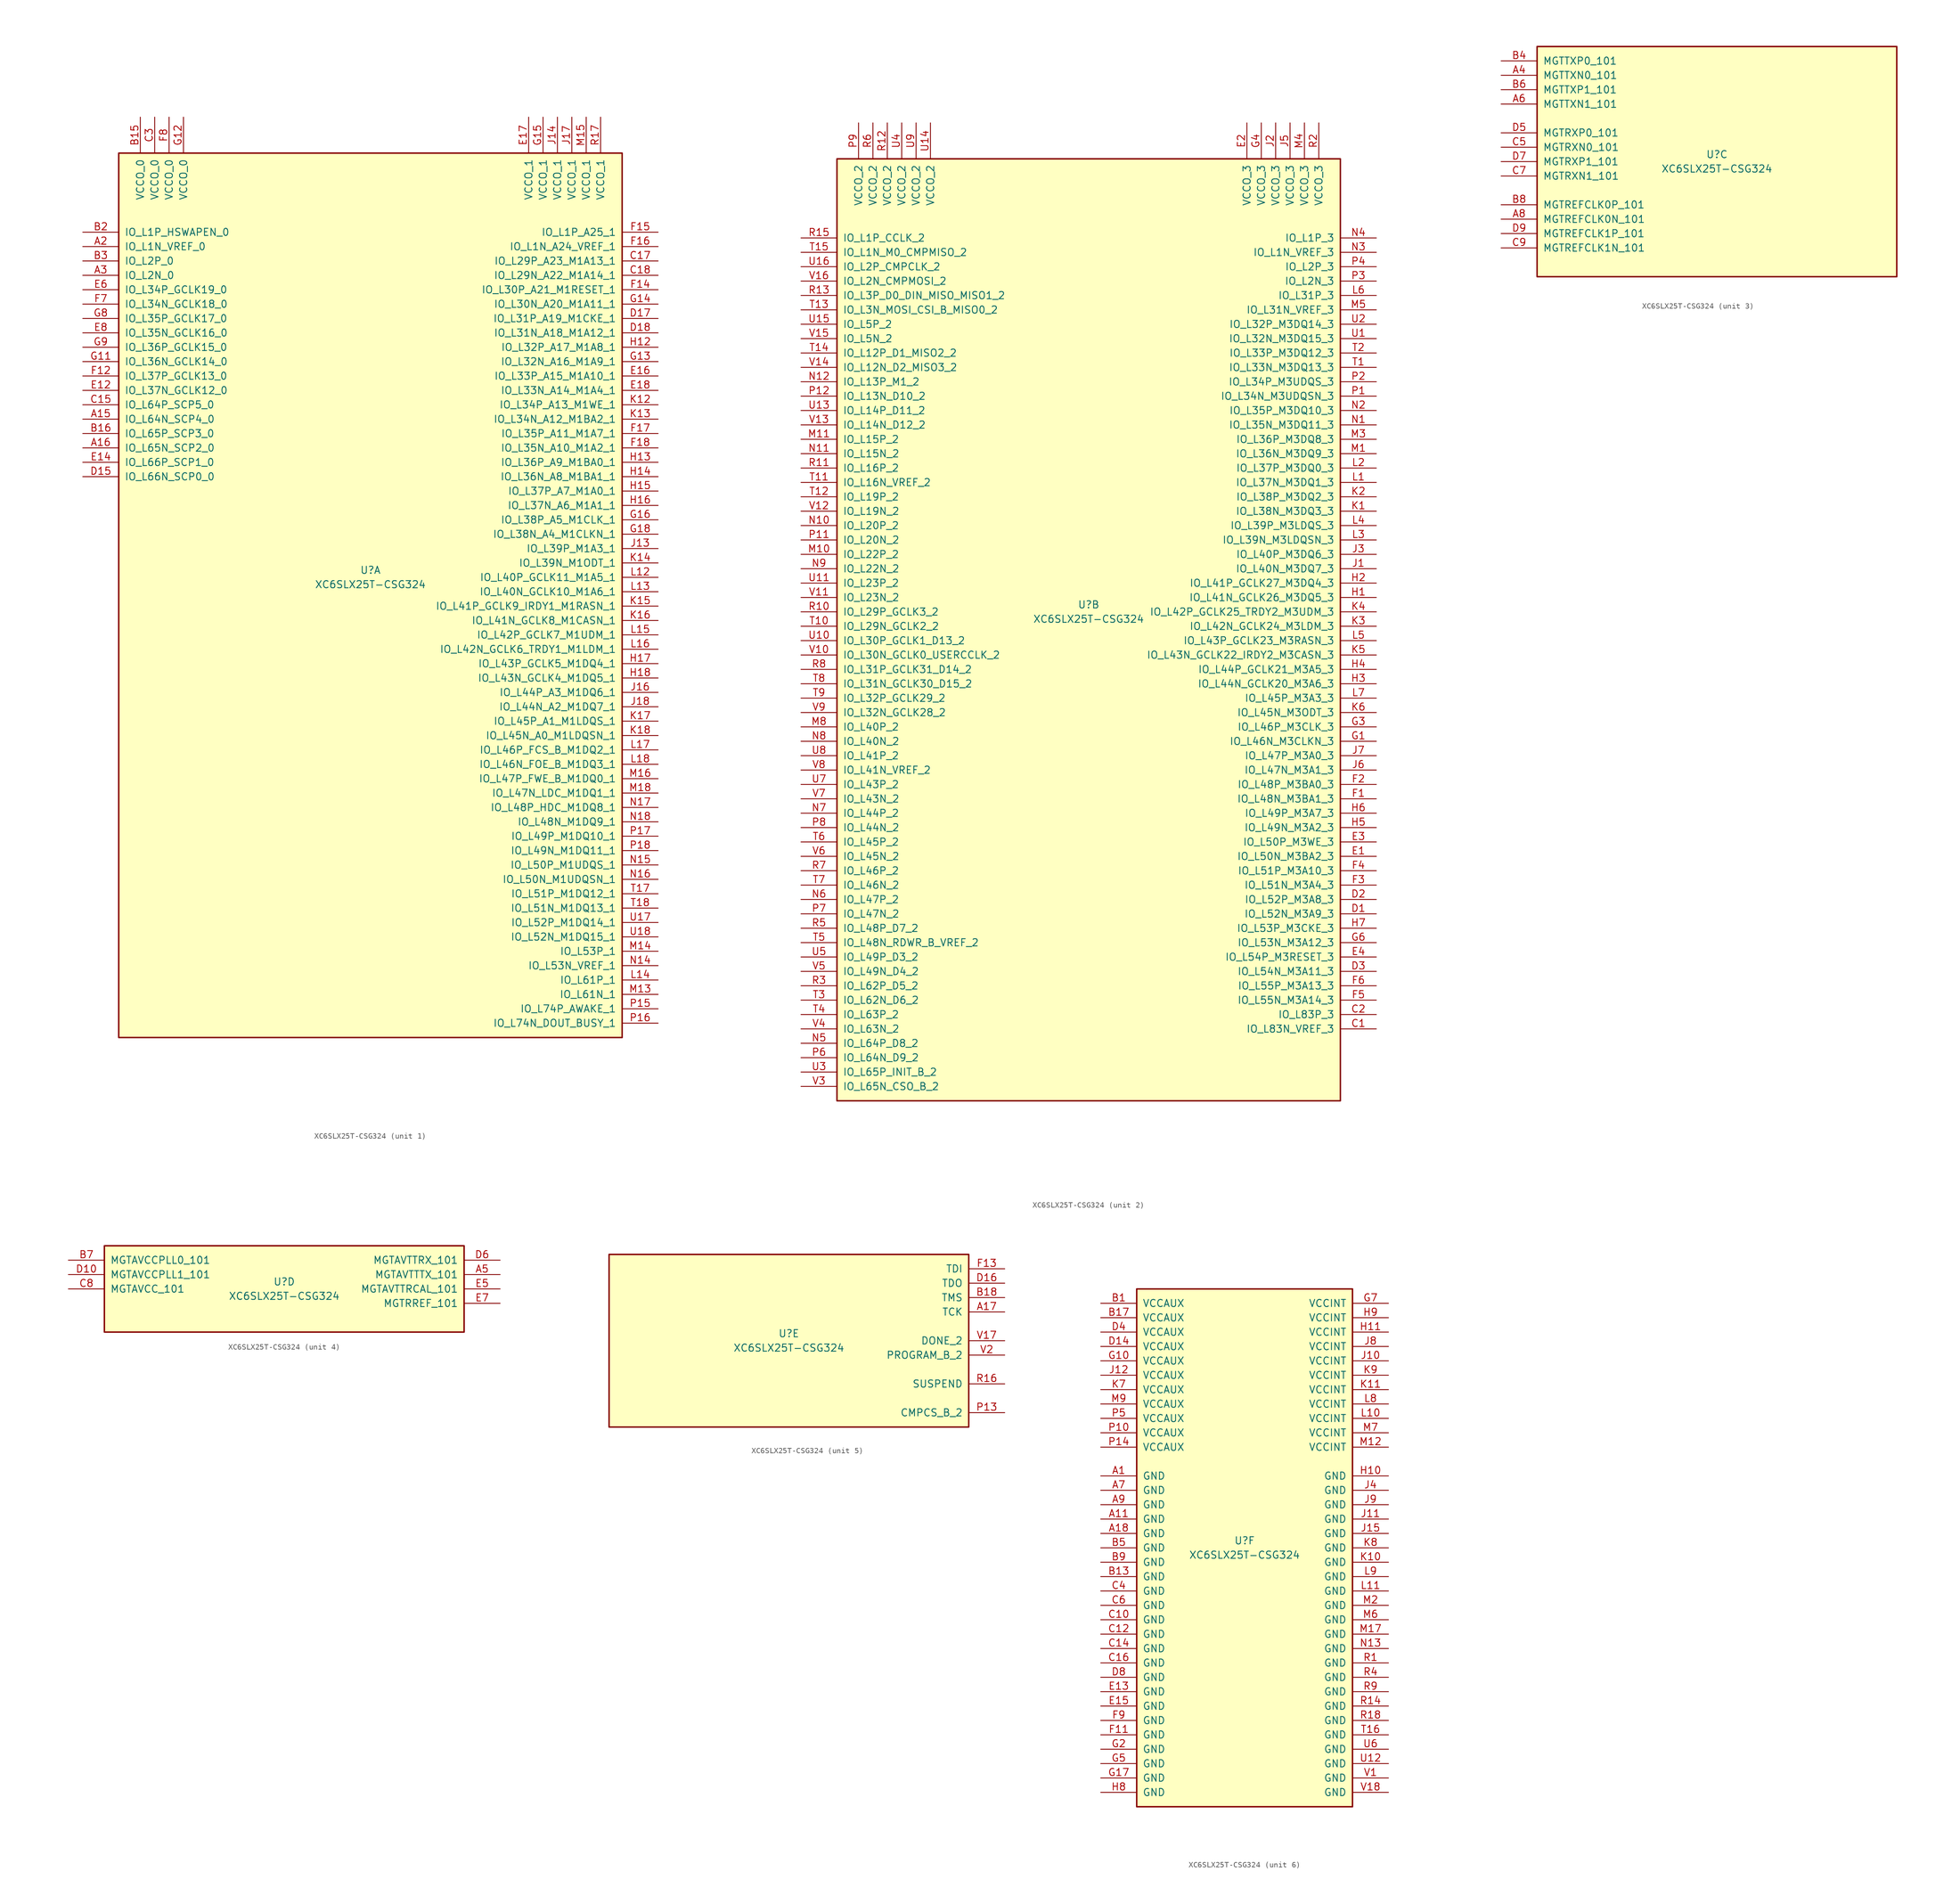
<source format=kicad_sym>
(kicad_symbol_lib
  (version 20220914)
  (generator kicad_symbol_editor)
  (symbol "XC6SLX25T-CSG324"
    (pin_names
      (offset 1.016))
    (property "Reference" "U"
      (at 0 1.27 0)
      (effects (font (size 1.27 1.27))))
    (property "Value" "XC6SLX25T-CSG324"
      (at 0 -1.27 0)
      (effects (font (size 1.27 1.27))))
    (property "Datasheet" ""
      (at 0 0 0)
      (effects (font (size 1.27 1.27))))
    (property "ki_locked" ""
      (at 0 0 0)
      (effects (font (size 1.27 1.27))))
    (symbol "XC6SLX25T-CSG324_1_1"
      (rectangle (start -44.45 74.93) (end 44.45 -81.28) (stroke (width 0.254) (type default)) (fill (type background)))
      (pin bidirectional line (at -50.8 27.94 0) (length 6.35) (name "IO_L64N_SCP4_0" (effects (font (size 1.27 1.27)))) (number "A15" (effects (font (size 1.27 1.27)))))
      (pin bidirectional line (at -50.8 22.86 0) (length 6.35) (name "IO_L65N_SCP2_0" (effects (font (size 1.27 1.27)))) (number "A16" (effects (font (size 1.27 1.27)))))
      (pin bidirectional line (at -50.8 58.42 0) (length 6.35) (name "IO_L1N_VREF_0" (effects (font (size 1.27 1.27)))) (number "A2" (effects (font (size 1.27 1.27)))))
      (pin bidirectional line (at -50.8 53.34 0) (length 6.35) (name "IO_L2N_0" (effects (font (size 1.27 1.27)))) (number "A3" (effects (font (size 1.27 1.27)))))
      (pin power_in line (at -40.64 81.28 270) (length 6.35) (name "VCCO_0" (effects (font (size 1.27 1.27)))) (number "B15" (effects (font (size 1.27 1.27)))))
      (pin bidirectional line (at -50.8 25.4 0) (length 6.35) (name "IO_L65P_SCP3_0" (effects (font (size 1.27 1.27)))) (number "B16" (effects (font (size 1.27 1.27)))))
      (pin bidirectional line (at -50.8 60.96 0) (length 6.35) (name "IO_L1P_HSWAPEN_0" (effects (font (size 1.27 1.27)))) (number "B2" (effects (font (size 1.27 1.27)))))
      (pin bidirectional line (at -50.8 55.88 0) (length 6.35) (name "IO_L2P_0" (effects (font (size 1.27 1.27)))) (number "B3" (effects (font (size 1.27 1.27)))))
      (pin bidirectional line (at -50.8 30.48 0) (length 6.35) (name "IO_L64P_SCP5_0" (effects (font (size 1.27 1.27)))) (number "C15" (effects (font (size 1.27 1.27)))))
      (pin bidirectional line (at 50.8 55.88 180) (length 6.35) (name "IO_L29P_A23_M1A13_1" (effects (font (size 1.27 1.27)))) (number "C17" (effects (font (size 1.27 1.27)))))
      (pin bidirectional line (at 50.8 53.34 180) (length 6.35) (name "IO_L29N_A22_M1A14_1" (effects (font (size 1.27 1.27)))) (number "C18" (effects (font (size 1.27 1.27)))))
      (pin power_in line (at -38.1 81.28 270) (length 6.35) (name "VCCO_0" (effects (font (size 1.27 1.27)))) (number "C3" (effects (font (size 1.27 1.27)))))
      (pin bidirectional line (at -50.8 17.78 0) (length 6.35) (name "IO_L66N_SCP0_0" (effects (font (size 1.27 1.27)))) (number "D15" (effects (font (size 1.27 1.27)))))
      (pin bidirectional line (at 50.8 45.72 180) (length 6.35) (name "IO_L31P_A19_M1CKE_1" (effects (font (size 1.27 1.27)))) (number "D17" (effects (font (size 1.27 1.27)))))
      (pin bidirectional line (at 50.8 43.18 180) (length 6.35) (name "IO_L31N_A18_M1A12_1" (effects (font (size 1.27 1.27)))) (number "D18" (effects (font (size 1.27 1.27)))))
      (pin bidirectional line (at -50.8 33.02 0) (length 6.35) (name "IO_L37N_GCLK12_0" (effects (font (size 1.27 1.27)))) (number "E12" (effects (font (size 1.27 1.27)))))
      (pin bidirectional line (at -50.8 20.32 0) (length 6.35) (name "IO_L66P_SCP1_0" (effects (font (size 1.27 1.27)))) (number "E14" (effects (font (size 1.27 1.27)))))
      (pin bidirectional line (at 50.8 35.56 180) (length 6.35) (name "IO_L33P_A15_M1A10_1" (effects (font (size 1.27 1.27)))) (number "E16" (effects (font (size 1.27 1.27)))))
      (pin power_in line (at 27.94 81.28 270) (length 6.35) (name "VCCO_1" (effects (font (size 1.27 1.27)))) (number "E17" (effects (font (size 1.27 1.27)))))
      (pin bidirectional line (at 50.8 33.02 180) (length 6.35) (name "IO_L33N_A14_M1A4_1" (effects (font (size 1.27 1.27)))) (number "E18" (effects (font (size 1.27 1.27)))))
      (pin bidirectional line (at -50.8 50.8 0) (length 6.35) (name "IO_L34P_GCLK19_0" (effects (font (size 1.27 1.27)))) (number "E6" (effects (font (size 1.27 1.27)))))
      (pin bidirectional line (at -50.8 43.18 0) (length 6.35) (name "IO_L35N_GCLK16_0" (effects (font (size 1.27 1.27)))) (number "E8" (effects (font (size 1.27 1.27)))))
      (pin bidirectional line (at -50.8 35.56 0) (length 6.35) (name "IO_L37P_GCLK13_0" (effects (font (size 1.27 1.27)))) (number "F12" (effects (font (size 1.27 1.27)))))
      (pin bidirectional line (at 50.8 50.8 180) (length 6.35) (name "IO_L30P_A21_M1RESET_1" (effects (font (size 1.27 1.27)))) (number "F14" (effects (font (size 1.27 1.27)))))
      (pin bidirectional line (at 50.8 60.96 180) (length 6.35) (name "IO_L1P_A25_1" (effects (font (size 1.27 1.27)))) (number "F15" (effects (font (size 1.27 1.27)))))
      (pin bidirectional line (at 50.8 58.42 180) (length 6.35) (name "IO_L1N_A24_VREF_1" (effects (font (size 1.27 1.27)))) (number "F16" (effects (font (size 1.27 1.27)))))
      (pin bidirectional line (at 50.8 25.4 180) (length 6.35) (name "IO_L35P_A11_M1A7_1" (effects (font (size 1.27 1.27)))) (number "F17" (effects (font (size 1.27 1.27)))))
      (pin bidirectional line (at 50.8 22.86 180) (length 6.35) (name "IO_L35N_A10_M1A2_1" (effects (font (size 1.27 1.27)))) (number "F18" (effects (font (size 1.27 1.27)))))
      (pin bidirectional line (at -50.8 48.26 0) (length 6.35) (name "IO_L34N_GCLK18_0" (effects (font (size 1.27 1.27)))) (number "F7" (effects (font (size 1.27 1.27)))))
      (pin power_in line (at -35.56 81.28 270) (length 6.35) (name "VCCO_0" (effects (font (size 1.27 1.27)))) (number "F8" (effects (font (size 1.27 1.27)))))
      (pin bidirectional line (at -50.8 38.1 0) (length 6.35) (name "IO_L36N_GCLK14_0" (effects (font (size 1.27 1.27)))) (number "G11" (effects (font (size 1.27 1.27)))))
      (pin power_in line (at -33.02 81.28 270) (length 6.35) (name "VCCO_0" (effects (font (size 1.27 1.27)))) (number "G12" (effects (font (size 1.27 1.27)))))
      (pin bidirectional line (at 50.8 38.1 180) (length 6.35) (name "IO_L32N_A16_M1A9_1" (effects (font (size 1.27 1.27)))) (number "G13" (effects (font (size 1.27 1.27)))))
      (pin bidirectional line (at 50.8 48.26 180) (length 6.35) (name "IO_L30N_A20_M1A11_1" (effects (font (size 1.27 1.27)))) (number "G14" (effects (font (size 1.27 1.27)))))
      (pin power_in line (at 30.48 81.28 270) (length 6.35) (name "VCCO_1" (effects (font (size 1.27 1.27)))) (number "G15" (effects (font (size 1.27 1.27)))))
      (pin bidirectional line (at 50.8 10.16 180) (length 6.35) (name "IO_L38P_A5_M1CLK_1" (effects (font (size 1.27 1.27)))) (number "G16" (effects (font (size 1.27 1.27)))))
      (pin bidirectional line (at 50.8 7.62 180) (length 6.35) (name "IO_L38N_A4_M1CLKN_1" (effects (font (size 1.27 1.27)))) (number "G18" (effects (font (size 1.27 1.27)))))
      (pin bidirectional line (at -50.8 45.72 0) (length 6.35) (name "IO_L35P_GCLK17_0" (effects (font (size 1.27 1.27)))) (number "G8" (effects (font (size 1.27 1.27)))))
      (pin bidirectional line (at -50.8 40.64 0) (length 6.35) (name "IO_L36P_GCLK15_0" (effects (font (size 1.27 1.27)))) (number "G9" (effects (font (size 1.27 1.27)))))
      (pin bidirectional line (at 50.8 40.64 180) (length 6.35) (name "IO_L32P_A17_M1A8_1" (effects (font (size 1.27 1.27)))) (number "H12" (effects (font (size 1.27 1.27)))))
      (pin bidirectional line (at 50.8 20.32 180) (length 6.35) (name "IO_L36P_A9_M1BA0_1" (effects (font (size 1.27 1.27)))) (number "H13" (effects (font (size 1.27 1.27)))))
      (pin bidirectional line (at 50.8 17.78 180) (length 6.35) (name "IO_L36N_A8_M1BA1_1" (effects (font (size 1.27 1.27)))) (number "H14" (effects (font (size 1.27 1.27)))))
      (pin bidirectional line (at 50.8 15.24 180) (length 6.35) (name "IO_L37P_A7_M1A0_1" (effects (font (size 1.27 1.27)))) (number "H15" (effects (font (size 1.27 1.27)))))
      (pin bidirectional line (at 50.8 12.7 180) (length 6.35) (name "IO_L37N_A6_M1A1_1" (effects (font (size 1.27 1.27)))) (number "H16" (effects (font (size 1.27 1.27)))))
      (pin bidirectional line (at 50.8 -15.24 180) (length 6.35) (name "IO_L43P_GCLK5_M1DQ4_1" (effects (font (size 1.27 1.27)))) (number "H17" (effects (font (size 1.27 1.27)))))
      (pin bidirectional line (at 50.8 -17.78 180) (length 6.35) (name "IO_L43N_GCLK4_M1DQ5_1" (effects (font (size 1.27 1.27)))) (number "H18" (effects (font (size 1.27 1.27)))))
      (pin bidirectional line (at 50.8 5.08 180) (length 6.35) (name "IO_L39P_M1A3_1" (effects (font (size 1.27 1.27)))) (number "J13" (effects (font (size 1.27 1.27)))))
      (pin power_in line (at 33.02 81.28 270) (length 6.35) (name "VCCO_1" (effects (font (size 1.27 1.27)))) (number "J14" (effects (font (size 1.27 1.27)))))
      (pin bidirectional line (at 50.8 -20.32 180) (length 6.35) (name "IO_L44P_A3_M1DQ6_1" (effects (font (size 1.27 1.27)))) (number "J16" (effects (font (size 1.27 1.27)))))
      (pin power_in line (at 35.56 81.28 270) (length 6.35) (name "VCCO_1" (effects (font (size 1.27 1.27)))) (number "J17" (effects (font (size 1.27 1.27)))))
      (pin bidirectional line (at 50.8 -22.86 180) (length 6.35) (name "IO_L44N_A2_M1DQ7_1" (effects (font (size 1.27 1.27)))) (number "J18" (effects (font (size 1.27 1.27)))))
      (pin bidirectional line (at 50.8 30.48 180) (length 6.35) (name "IO_L34P_A13_M1WE_1" (effects (font (size 1.27 1.27)))) (number "K12" (effects (font (size 1.27 1.27)))))
      (pin bidirectional line (at 50.8 27.94 180) (length 6.35) (name "IO_L34N_A12_M1BA2_1" (effects (font (size 1.27 1.27)))) (number "K13" (effects (font (size 1.27 1.27)))))
      (pin bidirectional line (at 50.8 2.54 180) (length 6.35) (name "IO_L39N_M1ODT_1" (effects (font (size 1.27 1.27)))) (number "K14" (effects (font (size 1.27 1.27)))))
      (pin bidirectional line (at 50.8 -5.08 180) (length 6.35) (name "IO_L41P_GCLK9_IRDY1_M1RASN_1" (effects (font (size 1.27 1.27)))) (number "K15" (effects (font (size 1.27 1.27)))))
      (pin bidirectional line (at 50.8 -7.62 180) (length 6.35) (name "IO_L41N_GCLK8_M1CASN_1" (effects (font (size 1.27 1.27)))) (number "K16" (effects (font (size 1.27 1.27)))))
      (pin bidirectional line (at 50.8 -25.4 180) (length 6.35) (name "IO_L45P_A1_M1LDQS_1" (effects (font (size 1.27 1.27)))) (number "K17" (effects (font (size 1.27 1.27)))))
      (pin bidirectional line (at 50.8 -27.94 180) (length 6.35) (name "IO_L45N_A0_M1LDQSN_1" (effects (font (size 1.27 1.27)))) (number "K18" (effects (font (size 1.27 1.27)))))
      (pin bidirectional line (at 50.8 0 180) (length 6.35) (name "IO_L40P_GCLK11_M1A5_1" (effects (font (size 1.27 1.27)))) (number "L12" (effects (font (size 1.27 1.27)))))
      (pin bidirectional line (at 50.8 -2.54 180) (length 6.35) (name "IO_L40N_GCLK10_M1A6_1" (effects (font (size 1.27 1.27)))) (number "L13" (effects (font (size 1.27 1.27)))))
      (pin bidirectional line (at 50.8 -71.12 180) (length 6.35) (name "IO_L61P_1" (effects (font (size 1.27 1.27)))) (number "L14" (effects (font (size 1.27 1.27)))))
      (pin bidirectional line (at 50.8 -10.16 180) (length 6.35) (name "IO_L42P_GCLK7_M1UDM_1" (effects (font (size 1.27 1.27)))) (number "L15" (effects (font (size 1.27 1.27)))))
      (pin bidirectional line (at 50.8 -12.7 180) (length 6.35) (name "IO_L42N_GCLK6_TRDY1_M1LDM_1" (effects (font (size 1.27 1.27)))) (number "L16" (effects (font (size 1.27 1.27)))))
      (pin bidirectional line (at 50.8 -30.48 180) (length 6.35) (name "IO_L46P_FCS_B_M1DQ2_1" (effects (font (size 1.27 1.27)))) (number "L17" (effects (font (size 1.27 1.27)))))
      (pin bidirectional line (at 50.8 -33.02 180) (length 6.35) (name "IO_L46N_FOE_B_M1DQ3_1" (effects (font (size 1.27 1.27)))) (number "L18" (effects (font (size 1.27 1.27)))))
      (pin bidirectional line (at 50.8 -73.66 180) (length 6.35) (name "IO_L61N_1" (effects (font (size 1.27 1.27)))) (number "M13" (effects (font (size 1.27 1.27)))))
      (pin bidirectional line (at 50.8 -66.04 180) (length 6.35) (name "IO_L53P_1" (effects (font (size 1.27 1.27)))) (number "M14" (effects (font (size 1.27 1.27)))))
      (pin power_in line (at 38.1 81.28 270) (length 6.35) (name "VCCO_1" (effects (font (size 1.27 1.27)))) (number "M15" (effects (font (size 1.27 1.27)))))
      (pin bidirectional line (at 50.8 -35.56 180) (length 6.35) (name "IO_L47P_FWE_B_M1DQ0_1" (effects (font (size 1.27 1.27)))) (number "M16" (effects (font (size 1.27 1.27)))))
      (pin bidirectional line (at 50.8 -38.1 180) (length 6.35) (name "IO_L47N_LDC_M1DQ1_1" (effects (font (size 1.27 1.27)))) (number "M18" (effects (font (size 1.27 1.27)))))
      (pin bidirectional line (at 50.8 -68.58 180) (length 6.35) (name "IO_L53N_VREF_1" (effects (font (size 1.27 1.27)))) (number "N14" (effects (font (size 1.27 1.27)))))
      (pin bidirectional line (at 50.8 -50.8 180) (length 6.35) (name "IO_L50P_M1UDQS_1" (effects (font (size 1.27 1.27)))) (number "N15" (effects (font (size 1.27 1.27)))))
      (pin bidirectional line (at 50.8 -53.34 180) (length 6.35) (name "IO_L50N_M1UDQSN_1" (effects (font (size 1.27 1.27)))) (number "N16" (effects (font (size 1.27 1.27)))))
      (pin bidirectional line (at 50.8 -40.64 180) (length 6.35) (name "IO_L48P_HDC_M1DQ8_1" (effects (font (size 1.27 1.27)))) (number "N17" (effects (font (size 1.27 1.27)))))
      (pin bidirectional line (at 50.8 -43.18 180) (length 6.35) (name "IO_L48N_M1DQ9_1" (effects (font (size 1.27 1.27)))) (number "N18" (effects (font (size 1.27 1.27)))))
      (pin bidirectional line (at 50.8 -76.2 180) (length 6.35) (name "IO_L74P_AWAKE_1" (effects (font (size 1.27 1.27)))) (number "P15" (effects (font (size 1.27 1.27)))))
      (pin bidirectional line (at 50.8 -78.74 180) (length 6.35) (name "IO_L74N_DOUT_BUSY_1" (effects (font (size 1.27 1.27)))) (number "P16" (effects (font (size 1.27 1.27)))))
      (pin bidirectional line (at 50.8 -45.72 180) (length 6.35) (name "IO_L49P_M1DQ10_1" (effects (font (size 1.27 1.27)))) (number "P17" (effects (font (size 1.27 1.27)))))
      (pin bidirectional line (at 50.8 -48.26 180) (length 6.35) (name "IO_L49N_M1DQ11_1" (effects (font (size 1.27 1.27)))) (number "P18" (effects (font (size 1.27 1.27)))))
      (pin power_in line (at 40.64 81.28 270) (length 6.35) (name "VCCO_1" (effects (font (size 1.27 1.27)))) (number "R17" (effects (font (size 1.27 1.27)))))
      (pin bidirectional line (at 50.8 -55.88 180) (length 6.35) (name "IO_L51P_M1DQ12_1" (effects (font (size 1.27 1.27)))) (number "T17" (effects (font (size 1.27 1.27)))))
      (pin bidirectional line (at 50.8 -58.42 180) (length 6.35) (name "IO_L51N_M1DQ13_1" (effects (font (size 1.27 1.27)))) (number "T18" (effects (font (size 1.27 1.27)))))
      (pin bidirectional line (at 50.8 -60.96 180) (length 6.35) (name "IO_L52P_M1DQ14_1" (effects (font (size 1.27 1.27)))) (number "U17" (effects (font (size 1.27 1.27)))))
      (pin bidirectional line (at 50.8 -63.5 180) (length 6.35) (name "IO_L52N_M1DQ15_1" (effects (font (size 1.27 1.27)))) (number "U18" (effects (font (size 1.27 1.27))))))
    (symbol "XC6SLX25T-CSG324_2_1"
      (rectangle (start -44.45 80.01) (end 44.45 -86.36) (stroke (width 0.254) (type default)) (fill (type background)))
      (pin bidirectional line (at 50.8 -73.66 180) (length 6.35) (name "IO_L83N_VREF_3" (effects (font (size 1.27 1.27)))) (number "C1" (effects (font (size 1.27 1.27)))))
      (pin bidirectional line (at 50.8 -71.12 180) (length 6.35) (name "IO_L83P_3" (effects (font (size 1.27 1.27)))) (number "C2" (effects (font (size 1.27 1.27)))))
      (pin bidirectional line (at 50.8 -53.34 180) (length 6.35) (name "IO_L52N_M3A9_3" (effects (font (size 1.27 1.27)))) (number "D1" (effects (font (size 1.27 1.27)))))
      (pin bidirectional line (at 50.8 -50.8 180) (length 6.35) (name "IO_L52P_M3A8_3" (effects (font (size 1.27 1.27)))) (number "D2" (effects (font (size 1.27 1.27)))))
      (pin bidirectional line (at 50.8 -63.5 180) (length 6.35) (name "IO_L54N_M3A11_3" (effects (font (size 1.27 1.27)))) (number "D3" (effects (font (size 1.27 1.27)))))
      (pin bidirectional line (at 50.8 -43.18 180) (length 6.35) (name "IO_L50N_M3BA2_3" (effects (font (size 1.27 1.27)))) (number "E1" (effects (font (size 1.27 1.27)))))
      (pin power_in line (at 27.94 86.36 270) (length 6.35) (name "VCCO_3" (effects (font (size 1.27 1.27)))) (number "E2" (effects (font (size 1.27 1.27)))))
      (pin bidirectional line (at 50.8 -40.64 180) (length 6.35) (name "IO_L50P_M3WE_3" (effects (font (size 1.27 1.27)))) (number "E3" (effects (font (size 1.27 1.27)))))
      (pin bidirectional line (at 50.8 -60.96 180) (length 6.35) (name "IO_L54P_M3RESET_3" (effects (font (size 1.27 1.27)))) (number "E4" (effects (font (size 1.27 1.27)))))
      (pin bidirectional line (at 50.8 -33.02 180) (length 6.35) (name "IO_L48N_M3BA1_3" (effects (font (size 1.27 1.27)))) (number "F1" (effects (font (size 1.27 1.27)))))
      (pin bidirectional line (at 50.8 -30.48 180) (length 6.35) (name "IO_L48P_M3BA0_3" (effects (font (size 1.27 1.27)))) (number "F2" (effects (font (size 1.27 1.27)))))
      (pin bidirectional line (at 50.8 -48.26 180) (length 6.35) (name "IO_L51N_M3A4_3" (effects (font (size 1.27 1.27)))) (number "F3" (effects (font (size 1.27 1.27)))))
      (pin bidirectional line (at 50.8 -45.72 180) (length 6.35) (name "IO_L51P_M3A10_3" (effects (font (size 1.27 1.27)))) (number "F4" (effects (font (size 1.27 1.27)))))
      (pin bidirectional line (at 50.8 -68.58 180) (length 6.35) (name "IO_L55N_M3A14_3" (effects (font (size 1.27 1.27)))) (number "F5" (effects (font (size 1.27 1.27)))))
      (pin bidirectional line (at 50.8 -66.04 180) (length 6.35) (name "IO_L55P_M3A13_3" (effects (font (size 1.27 1.27)))) (number "F6" (effects (font (size 1.27 1.27)))))
      (pin bidirectional line (at 50.8 -22.86 180) (length 6.35) (name "IO_L46N_M3CLKN_3" (effects (font (size 1.27 1.27)))) (number "G1" (effects (font (size 1.27 1.27)))))
      (pin bidirectional line (at 50.8 -20.32 180) (length 6.35) (name "IO_L46P_M3CLK_3" (effects (font (size 1.27 1.27)))) (number "G3" (effects (font (size 1.27 1.27)))))
      (pin power_in line (at 30.48 86.36 270) (length 6.35) (name "VCCO_3" (effects (font (size 1.27 1.27)))) (number "G4" (effects (font (size 1.27 1.27)))))
      (pin bidirectional line (at 50.8 -58.42 180) (length 6.35) (name "IO_L53N_M3A12_3" (effects (font (size 1.27 1.27)))) (number "G6" (effects (font (size 1.27 1.27)))))
      (pin bidirectional line (at 50.8 2.54 180) (length 6.35) (name "IO_L41N_GCLK26_M3DQ5_3" (effects (font (size 1.27 1.27)))) (number "H1" (effects (font (size 1.27 1.27)))))
      (pin bidirectional line (at 50.8 5.08 180) (length 6.35) (name "IO_L41P_GCLK27_M3DQ4_3" (effects (font (size 1.27 1.27)))) (number "H2" (effects (font (size 1.27 1.27)))))
      (pin bidirectional line (at 50.8 -12.7 180) (length 6.35) (name "IO_L44N_GCLK20_M3A6_3" (effects (font (size 1.27 1.27)))) (number "H3" (effects (font (size 1.27 1.27)))))
      (pin bidirectional line (at 50.8 -10.16 180) (length 6.35) (name "IO_L44P_GCLK21_M3A5_3" (effects (font (size 1.27 1.27)))) (number "H4" (effects (font (size 1.27 1.27)))))
      (pin bidirectional line (at 50.8 -38.1 180) (length 6.35) (name "IO_L49N_M3A2_3" (effects (font (size 1.27 1.27)))) (number "H5" (effects (font (size 1.27 1.27)))))
      (pin bidirectional line (at 50.8 -35.56 180) (length 6.35) (name "IO_L49P_M3A7_3" (effects (font (size 1.27 1.27)))) (number "H6" (effects (font (size 1.27 1.27)))))
      (pin bidirectional line (at 50.8 -55.88 180) (length 6.35) (name "IO_L53P_M3CKE_3" (effects (font (size 1.27 1.27)))) (number "H7" (effects (font (size 1.27 1.27)))))
      (pin bidirectional line (at 50.8 7.62 180) (length 6.35) (name "IO_L40N_M3DQ7_3" (effects (font (size 1.27 1.27)))) (number "J1" (effects (font (size 1.27 1.27)))))
      (pin power_in line (at 33.02 86.36 270) (length 6.35) (name "VCCO_3" (effects (font (size 1.27 1.27)))) (number "J2" (effects (font (size 1.27 1.27)))))
      (pin bidirectional line (at 50.8 10.16 180) (length 6.35) (name "IO_L40P_M3DQ6_3" (effects (font (size 1.27 1.27)))) (number "J3" (effects (font (size 1.27 1.27)))))
      (pin power_in line (at 35.56 86.36 270) (length 6.35) (name "VCCO_3" (effects (font (size 1.27 1.27)))) (number "J5" (effects (font (size 1.27 1.27)))))
      (pin bidirectional line (at 50.8 -27.94 180) (length 6.35) (name "IO_L47N_M3A1_3" (effects (font (size 1.27 1.27)))) (number "J6" (effects (font (size 1.27 1.27)))))
      (pin bidirectional line (at 50.8 -25.4 180) (length 6.35) (name "IO_L47P_M3A0_3" (effects (font (size 1.27 1.27)))) (number "J7" (effects (font (size 1.27 1.27)))))
      (pin bidirectional line (at 50.8 17.78 180) (length 6.35) (name "IO_L38N_M3DQ3_3" (effects (font (size 1.27 1.27)))) (number "K1" (effects (font (size 1.27 1.27)))))
      (pin bidirectional line (at 50.8 20.32 180) (length 6.35) (name "IO_L38P_M3DQ2_3" (effects (font (size 1.27 1.27)))) (number "K2" (effects (font (size 1.27 1.27)))))
      (pin bidirectional line (at 50.8 -2.54 180) (length 6.35) (name "IO_L42N_GCLK24_M3LDM_3" (effects (font (size 1.27 1.27)))) (number "K3" (effects (font (size 1.27 1.27)))))
      (pin bidirectional line (at 50.8 0 180) (length 6.35) (name "IO_L42P_GCLK25_TRDY2_M3UDM_3" (effects (font (size 1.27 1.27)))) (number "K4" (effects (font (size 1.27 1.27)))))
      (pin bidirectional line (at 50.8 -7.62 180) (length 6.35) (name "IO_L43N_GCLK22_IRDY2_M3CASN_3" (effects (font (size 1.27 1.27)))) (number "K5" (effects (font (size 1.27 1.27)))))
      (pin bidirectional line (at 50.8 -17.78 180) (length 6.35) (name "IO_L45N_M3ODT_3" (effects (font (size 1.27 1.27)))) (number "K6" (effects (font (size 1.27 1.27)))))
      (pin bidirectional line (at 50.8 22.86 180) (length 6.35) (name "IO_L37N_M3DQ1_3" (effects (font (size 1.27 1.27)))) (number "L1" (effects (font (size 1.27 1.27)))))
      (pin bidirectional line (at 50.8 25.4 180) (length 6.35) (name "IO_L37P_M3DQ0_3" (effects (font (size 1.27 1.27)))) (number "L2" (effects (font (size 1.27 1.27)))))
      (pin bidirectional line (at 50.8 12.7 180) (length 6.35) (name "IO_L39N_M3LDQSN_3" (effects (font (size 1.27 1.27)))) (number "L3" (effects (font (size 1.27 1.27)))))
      (pin bidirectional line (at 50.8 15.24 180) (length 6.35) (name "IO_L39P_M3LDQS_3" (effects (font (size 1.27 1.27)))) (number "L4" (effects (font (size 1.27 1.27)))))
      (pin bidirectional line (at 50.8 -5.08 180) (length 6.35) (name "IO_L43P_GCLK23_M3RASN_3" (effects (font (size 1.27 1.27)))) (number "L5" (effects (font (size 1.27 1.27)))))
      (pin bidirectional line (at 50.8 55.88 180) (length 6.35) (name "IO_L31P_3" (effects (font (size 1.27 1.27)))) (number "L6" (effects (font (size 1.27 1.27)))))
      (pin bidirectional line (at 50.8 -15.24 180) (length 6.35) (name "IO_L45P_M3A3_3" (effects (font (size 1.27 1.27)))) (number "L7" (effects (font (size 1.27 1.27)))))
      (pin bidirectional line (at 50.8 27.94 180) (length 6.35) (name "IO_L36N_M3DQ9_3" (effects (font (size 1.27 1.27)))) (number "M1" (effects (font (size 1.27 1.27)))))
      (pin bidirectional line (at -50.8 10.16 0) (length 6.35) (name "IO_L22P_2" (effects (font (size 1.27 1.27)))) (number "M10" (effects (font (size 1.27 1.27)))))
      (pin bidirectional line (at -50.8 30.48 0) (length 6.35) (name "IO_L15P_2" (effects (font (size 1.27 1.27)))) (number "M11" (effects (font (size 1.27 1.27)))))
      (pin bidirectional line (at 50.8 30.48 180) (length 6.35) (name "IO_L36P_M3DQ8_3" (effects (font (size 1.27 1.27)))) (number "M3" (effects (font (size 1.27 1.27)))))
      (pin power_in line (at 38.1 86.36 270) (length 6.35) (name "VCCO_3" (effects (font (size 1.27 1.27)))) (number "M4" (effects (font (size 1.27 1.27)))))
      (pin bidirectional line (at 50.8 53.34 180) (length 6.35) (name "IO_L31N_VREF_3" (effects (font (size 1.27 1.27)))) (number "M5" (effects (font (size 1.27 1.27)))))
      (pin bidirectional line (at -50.8 -20.32 0) (length 6.35) (name "IO_L40P_2" (effects (font (size 1.27 1.27)))) (number "M8" (effects (font (size 1.27 1.27)))))
      (pin bidirectional line (at 50.8 33.02 180) (length 6.35) (name "IO_L35N_M3DQ11_3" (effects (font (size 1.27 1.27)))) (number "N1" (effects (font (size 1.27 1.27)))))
      (pin bidirectional line (at -50.8 15.24 0) (length 6.35) (name "IO_L20P_2" (effects (font (size 1.27 1.27)))) (number "N10" (effects (font (size 1.27 1.27)))))
      (pin bidirectional line (at -50.8 27.94 0) (length 6.35) (name "IO_L15N_2" (effects (font (size 1.27 1.27)))) (number "N11" (effects (font (size 1.27 1.27)))))
      (pin bidirectional line (at -50.8 40.64 0) (length 6.35) (name "IO_L13P_M1_2" (effects (font (size 1.27 1.27)))) (number "N12" (effects (font (size 1.27 1.27)))))
      (pin bidirectional line (at 50.8 35.56 180) (length 6.35) (name "IO_L35P_M3DQ10_3" (effects (font (size 1.27 1.27)))) (number "N2" (effects (font (size 1.27 1.27)))))
      (pin bidirectional line (at 50.8 63.5 180) (length 6.35) (name "IO_L1N_VREF_3" (effects (font (size 1.27 1.27)))) (number "N3" (effects (font (size 1.27 1.27)))))
      (pin bidirectional line (at 50.8 66.04 180) (length 6.35) (name "IO_L1P_3" (effects (font (size 1.27 1.27)))) (number "N4" (effects (font (size 1.27 1.27)))))
      (pin bidirectional line (at -50.8 -76.2 0) (length 6.35) (name "IO_L64P_D8_2" (effects (font (size 1.27 1.27)))) (number "N5" (effects (font (size 1.27 1.27)))))
      (pin bidirectional line (at -50.8 -50.8 0) (length 6.35) (name "IO_L47P_2" (effects (font (size 1.27 1.27)))) (number "N6" (effects (font (size 1.27 1.27)))))
      (pin bidirectional line (at -50.8 -35.56 0) (length 6.35) (name "IO_L44P_2" (effects (font (size 1.27 1.27)))) (number "N7" (effects (font (size 1.27 1.27)))))
      (pin bidirectional line (at -50.8 -22.86 0) (length 6.35) (name "IO_L40N_2" (effects (font (size 1.27 1.27)))) (number "N8" (effects (font (size 1.27 1.27)))))
      (pin bidirectional line (at -50.8 7.62 0) (length 6.35) (name "IO_L22N_2" (effects (font (size 1.27 1.27)))) (number "N9" (effects (font (size 1.27 1.27)))))
      (pin bidirectional line (at 50.8 38.1 180) (length 6.35) (name "IO_L34N_M3UDQSN_3" (effects (font (size 1.27 1.27)))) (number "P1" (effects (font (size 1.27 1.27)))))
      (pin bidirectional line (at -50.8 12.7 0) (length 6.35) (name "IO_L20N_2" (effects (font (size 1.27 1.27)))) (number "P11" (effects (font (size 1.27 1.27)))))
      (pin bidirectional line (at -50.8 38.1 0) (length 6.35) (name "IO_L13N_D10_2" (effects (font (size 1.27 1.27)))) (number "P12" (effects (font (size 1.27 1.27)))))
      (pin bidirectional line (at 50.8 40.64 180) (length 6.35) (name "IO_L34P_M3UDQS_3" (effects (font (size 1.27 1.27)))) (number "P2" (effects (font (size 1.27 1.27)))))
      (pin bidirectional line (at 50.8 58.42 180) (length 6.35) (name "IO_L2N_3" (effects (font (size 1.27 1.27)))) (number "P3" (effects (font (size 1.27 1.27)))))
      (pin bidirectional line (at 50.8 60.96 180) (length 6.35) (name "IO_L2P_3" (effects (font (size 1.27 1.27)))) (number "P4" (effects (font (size 1.27 1.27)))))
      (pin bidirectional line (at -50.8 -78.74 0) (length 6.35) (name "IO_L64N_D9_2" (effects (font (size 1.27 1.27)))) (number "P6" (effects (font (size 1.27 1.27)))))
      (pin bidirectional line (at -50.8 -53.34 0) (length 6.35) (name "IO_L47N_2" (effects (font (size 1.27 1.27)))) (number "P7" (effects (font (size 1.27 1.27)))))
      (pin bidirectional line (at -50.8 -38.1 0) (length 6.35) (name "IO_L44N_2" (effects (font (size 1.27 1.27)))) (number "P8" (effects (font (size 1.27 1.27)))))
      (pin power_in line (at -40.64 86.36 270) (length 6.35) (name "VCCO_2" (effects (font (size 1.27 1.27)))) (number "P9" (effects (font (size 1.27 1.27)))))
      (pin bidirectional line (at -50.8 0 0) (length 6.35) (name "IO_L29P_GCLK3_2" (effects (font (size 1.27 1.27)))) (number "R10" (effects (font (size 1.27 1.27)))))
      (pin bidirectional line (at -50.8 25.4 0) (length 6.35) (name "IO_L16P_2" (effects (font (size 1.27 1.27)))) (number "R11" (effects (font (size 1.27 1.27)))))
      (pin power_in line (at -35.56 86.36 270) (length 6.35) (name "VCCO_2" (effects (font (size 1.27 1.27)))) (number "R12" (effects (font (size 1.27 1.27)))))
      (pin bidirectional line (at -50.8 55.88 0) (length 6.35) (name "IO_L3P_D0_DIN_MISO_MISO1_2" (effects (font (size 1.27 1.27)))) (number "R13" (effects (font (size 1.27 1.27)))))
      (pin bidirectional line (at -50.8 66.04 0) (length 6.35) (name "IO_L1P_CCLK_2" (effects (font (size 1.27 1.27)))) (number "R15" (effects (font (size 1.27 1.27)))))
      (pin power_in line (at 40.64 86.36 270) (length 6.35) (name "VCCO_3" (effects (font (size 1.27 1.27)))) (number "R2" (effects (font (size 1.27 1.27)))))
      (pin bidirectional line (at -50.8 -66.04 0) (length 6.35) (name "IO_L62P_D5_2" (effects (font (size 1.27 1.27)))) (number "R3" (effects (font (size 1.27 1.27)))))
      (pin bidirectional line (at -50.8 -55.88 0) (length 6.35) (name "IO_L48P_D7_2" (effects (font (size 1.27 1.27)))) (number "R5" (effects (font (size 1.27 1.27)))))
      (pin power_in line (at -38.1 86.36 270) (length 6.35) (name "VCCO_2" (effects (font (size 1.27 1.27)))) (number "R6" (effects (font (size 1.27 1.27)))))
      (pin bidirectional line (at -50.8 -45.72 0) (length 6.35) (name "IO_L46P_2" (effects (font (size 1.27 1.27)))) (number "R7" (effects (font (size 1.27 1.27)))))
      (pin bidirectional line (at -50.8 -10.16 0) (length 6.35) (name "IO_L31P_GCLK31_D14_2" (effects (font (size 1.27 1.27)))) (number "R8" (effects (font (size 1.27 1.27)))))
      (pin bidirectional line (at 50.8 43.18 180) (length 6.35) (name "IO_L33N_M3DQ13_3" (effects (font (size 1.27 1.27)))) (number "T1" (effects (font (size 1.27 1.27)))))
      (pin bidirectional line (at -50.8 -2.54 0) (length 6.35) (name "IO_L29N_GCLK2_2" (effects (font (size 1.27 1.27)))) (number "T10" (effects (font (size 1.27 1.27)))))
      (pin bidirectional line (at -50.8 22.86 0) (length 6.35) (name "IO_L16N_VREF_2" (effects (font (size 1.27 1.27)))) (number "T11" (effects (font (size 1.27 1.27)))))
      (pin bidirectional line (at -50.8 20.32 0) (length 6.35) (name "IO_L19P_2" (effects (font (size 1.27 1.27)))) (number "T12" (effects (font (size 1.27 1.27)))))
      (pin bidirectional line (at -50.8 53.34 0) (length 6.35) (name "IO_L3N_MOSI_CSI_B_MISO0_2" (effects (font (size 1.27 1.27)))) (number "T13" (effects (font (size 1.27 1.27)))))
      (pin bidirectional line (at -50.8 45.72 0) (length 6.35) (name "IO_L12P_D1_MISO2_2" (effects (font (size 1.27 1.27)))) (number "T14" (effects (font (size 1.27 1.27)))))
      (pin bidirectional line (at -50.8 63.5 0) (length 6.35) (name "IO_L1N_M0_CMPMISO_2" (effects (font (size 1.27 1.27)))) (number "T15" (effects (font (size 1.27 1.27)))))
      (pin bidirectional line (at 50.8 45.72 180) (length 6.35) (name "IO_L33P_M3DQ12_3" (effects (font (size 1.27 1.27)))) (number "T2" (effects (font (size 1.27 1.27)))))
      (pin bidirectional line (at -50.8 -68.58 0) (length 6.35) (name "IO_L62N_D6_2" (effects (font (size 1.27 1.27)))) (number "T3" (effects (font (size 1.27 1.27)))))
      (pin bidirectional line (at -50.8 -71.12 0) (length 6.35) (name "IO_L63P_2" (effects (font (size 1.27 1.27)))) (number "T4" (effects (font (size 1.27 1.27)))))
      (pin bidirectional line (at -50.8 -58.42 0) (length 6.35) (name "IO_L48N_RDWR_B_VREF_2" (effects (font (size 1.27 1.27)))) (number "T5" (effects (font (size 1.27 1.27)))))
      (pin bidirectional line (at -50.8 -40.64 0) (length 6.35) (name "IO_L45P_2" (effects (font (size 1.27 1.27)))) (number "T6" (effects (font (size 1.27 1.27)))))
      (pin bidirectional line (at -50.8 -48.26 0) (length 6.35) (name "IO_L46N_2" (effects (font (size 1.27 1.27)))) (number "T7" (effects (font (size 1.27 1.27)))))
      (pin bidirectional line (at -50.8 -12.7 0) (length 6.35) (name "IO_L31N_GCLK30_D15_2" (effects (font (size 1.27 1.27)))) (number "T8" (effects (font (size 1.27 1.27)))))
      (pin bidirectional line (at -50.8 -15.24 0) (length 6.35) (name "IO_L32P_GCLK29_2" (effects (font (size 1.27 1.27)))) (number "T9" (effects (font (size 1.27 1.27)))))
      (pin bidirectional line (at 50.8 48.26 180) (length 6.35) (name "IO_L32N_M3DQ15_3" (effects (font (size 1.27 1.27)))) (number "U1" (effects (font (size 1.27 1.27)))))
      (pin bidirectional line (at -50.8 -5.08 0) (length 6.35) (name "IO_L30P_GCLK1_D13_2" (effects (font (size 1.27 1.27)))) (number "U10" (effects (font (size 1.27 1.27)))))
      (pin bidirectional line (at -50.8 5.08 0) (length 6.35) (name "IO_L23P_2" (effects (font (size 1.27 1.27)))) (number "U11" (effects (font (size 1.27 1.27)))))
      (pin bidirectional line (at -50.8 35.56 0) (length 6.35) (name "IO_L14P_D11_2" (effects (font (size 1.27 1.27)))) (number "U13" (effects (font (size 1.27 1.27)))))
      (pin power_in line (at -27.94 86.36 270) (length 6.35) (name "VCCO_2" (effects (font (size 1.27 1.27)))) (number "U14" (effects (font (size 1.27 1.27)))))
      (pin bidirectional line (at -50.8 50.8 0) (length 6.35) (name "IO_L5P_2" (effects (font (size 1.27 1.27)))) (number "U15" (effects (font (size 1.27 1.27)))))
      (pin bidirectional line (at -50.8 60.96 0) (length 6.35) (name "IO_L2P_CMPCLK_2" (effects (font (size 1.27 1.27)))) (number "U16" (effects (font (size 1.27 1.27)))))
      (pin bidirectional line (at 50.8 50.8 180) (length 6.35) (name "IO_L32P_M3DQ14_3" (effects (font (size 1.27 1.27)))) (number "U2" (effects (font (size 1.27 1.27)))))
      (pin bidirectional line (at -50.8 -81.28 0) (length 6.35) (name "IO_L65P_INIT_B_2" (effects (font (size 1.27 1.27)))) (number "U3" (effects (font (size 1.27 1.27)))))
      (pin power_in line (at -33.02 86.36 270) (length 6.35) (name "VCCO_2" (effects (font (size 1.27 1.27)))) (number "U4" (effects (font (size 1.27 1.27)))))
      (pin bidirectional line (at -50.8 -60.96 0) (length 6.35) (name "IO_L49P_D3_2" (effects (font (size 1.27 1.27)))) (number "U5" (effects (font (size 1.27 1.27)))))
      (pin bidirectional line (at -50.8 -30.48 0) (length 6.35) (name "IO_L43P_2" (effects (font (size 1.27 1.27)))) (number "U7" (effects (font (size 1.27 1.27)))))
      (pin bidirectional line (at -50.8 -25.4 0) (length 6.35) (name "IO_L41P_2" (effects (font (size 1.27 1.27)))) (number "U8" (effects (font (size 1.27 1.27)))))
      (pin power_in line (at -30.48 86.36 270) (length 6.35) (name "VCCO_2" (effects (font (size 1.27 1.27)))) (number "U9" (effects (font (size 1.27 1.27)))))
      (pin bidirectional line (at -50.8 -7.62 0) (length 6.35) (name "IO_L30N_GCLK0_USERCCLK_2" (effects (font (size 1.27 1.27)))) (number "V10" (effects (font (size 1.27 1.27)))))
      (pin bidirectional line (at -50.8 2.54 0) (length 6.35) (name "IO_L23N_2" (effects (font (size 1.27 1.27)))) (number "V11" (effects (font (size 1.27 1.27)))))
      (pin bidirectional line (at -50.8 17.78 0) (length 6.35) (name "IO_L19N_2" (effects (font (size 1.27 1.27)))) (number "V12" (effects (font (size 1.27 1.27)))))
      (pin bidirectional line (at -50.8 33.02 0) (length 6.35) (name "IO_L14N_D12_2" (effects (font (size 1.27 1.27)))) (number "V13" (effects (font (size 1.27 1.27)))))
      (pin bidirectional line (at -50.8 43.18 0) (length 6.35) (name "IO_L12N_D2_MISO3_2" (effects (font (size 1.27 1.27)))) (number "V14" (effects (font (size 1.27 1.27)))))
      (pin bidirectional line (at -50.8 48.26 0) (length 6.35) (name "IO_L5N_2" (effects (font (size 1.27 1.27)))) (number "V15" (effects (font (size 1.27 1.27)))))
      (pin bidirectional line (at -50.8 58.42 0) (length 6.35) (name "IO_L2N_CMPMOSI_2" (effects (font (size 1.27 1.27)))) (number "V16" (effects (font (size 1.27 1.27)))))
      (pin bidirectional line (at -50.8 -83.82 0) (length 6.35) (name "IO_L65N_CSO_B_2" (effects (font (size 1.27 1.27)))) (number "V3" (effects (font (size 1.27 1.27)))))
      (pin bidirectional line (at -50.8 -73.66 0) (length 6.35) (name "IO_L63N_2" (effects (font (size 1.27 1.27)))) (number "V4" (effects (font (size 1.27 1.27)))))
      (pin bidirectional line (at -50.8 -63.5 0) (length 6.35) (name "IO_L49N_D4_2" (effects (font (size 1.27 1.27)))) (number "V5" (effects (font (size 1.27 1.27)))))
      (pin bidirectional line (at -50.8 -43.18 0) (length 6.35) (name "IO_L45N_2" (effects (font (size 1.27 1.27)))) (number "V6" (effects (font (size 1.27 1.27)))))
      (pin bidirectional line (at -50.8 -33.02 0) (length 6.35) (name "IO_L43N_2" (effects (font (size 1.27 1.27)))) (number "V7" (effects (font (size 1.27 1.27)))))
      (pin bidirectional line (at -50.8 -27.94 0) (length 6.35) (name "IO_L41N_VREF_2" (effects (font (size 1.27 1.27)))) (number "V8" (effects (font (size 1.27 1.27)))))
      (pin bidirectional line (at -50.8 -17.78 0) (length 6.35) (name "IO_L32N_GCLK28_2" (effects (font (size 1.27 1.27)))) (number "V9" (effects (font (size 1.27 1.27))))))
    (symbol "XC6SLX25T-CSG324_3_1"
      (rectangle (start -31.75 20.32) (end 31.75 -20.32) (stroke (width 0.254) (type default)) (fill (type background)))
      (pin bidirectional line (at -38.1 15.24 0) (length 6.35) (name "MGTTXN0_101" (effects (font (size 1.27 1.27)))) (number "A4" (effects (font (size 1.27 1.27)))))
      (pin bidirectional line (at -38.1 10.16 0) (length 6.35) (name "MGTTXN1_101" (effects (font (size 1.27 1.27)))) (number "A6" (effects (font (size 1.27 1.27)))))
      (pin bidirectional line (at -38.1 -10.16 0) (length 6.35) (name "MGTREFCLK0N_101" (effects (font (size 1.27 1.27)))) (number "A8" (effects (font (size 1.27 1.27)))))
      (pin bidirectional line (at -38.1 17.78 0) (length 6.35) (name "MGTTXP0_101" (effects (font (size 1.27 1.27)))) (number "B4" (effects (font (size 1.27 1.27)))))
      (pin bidirectional line (at -38.1 12.7 0) (length 6.35) (name "MGTTXP1_101" (effects (font (size 1.27 1.27)))) (number "B6" (effects (font (size 1.27 1.27)))))
      (pin bidirectional line (at -38.1 -7.62 0) (length 6.35) (name "MGTREFCLK0P_101" (effects (font (size 1.27 1.27)))) (number "B8" (effects (font (size 1.27 1.27)))))
      (pin bidirectional line (at -38.1 2.54 0) (length 6.35) (name "MGTRXN0_101" (effects (font (size 1.27 1.27)))) (number "C5" (effects (font (size 1.27 1.27)))))
      (pin bidirectional line (at -38.1 -2.54 0) (length 6.35) (name "MGTRXN1_101" (effects (font (size 1.27 1.27)))) (number "C7" (effects (font (size 1.27 1.27)))))
      (pin bidirectional line (at -38.1 -15.24 0) (length 6.35) (name "MGTREFCLK1N_101" (effects (font (size 1.27 1.27)))) (number "C9" (effects (font (size 1.27 1.27)))))
      (pin bidirectional line (at -38.1 5.08 0) (length 6.35) (name "MGTRXP0_101" (effects (font (size 1.27 1.27)))) (number "D5" (effects (font (size 1.27 1.27)))))
      (pin bidirectional line (at -38.1 0 0) (length 6.35) (name "MGTRXP1_101" (effects (font (size 1.27 1.27)))) (number "D7" (effects (font (size 1.27 1.27)))))
      (pin bidirectional line (at -38.1 -12.7 0) (length 6.35) (name "MGTREFCLK1P_101" (effects (font (size 1.27 1.27)))) (number "D9" (effects (font (size 1.27 1.27))))))
    (symbol "XC6SLX25T-CSG324_4_1"
      (rectangle (start -31.75 7.62) (end 31.75 -7.62) (stroke (width 0.254) (type default)) (fill (type background)))
      (pin power_in line (at 38.1 2.54 180) (length 6.35) (name "MGTAVTTTX_101" (effects (font (size 1.27 1.27)))) (number "A5" (effects (font (size 1.27 1.27)))))
      (pin power_in line (at -38.1 5.08 0) (length 6.35) (name "MGTAVCCPLL0_101" (effects (font (size 1.27 1.27)))) (number "B7" (effects (font (size 1.27 1.27)))))
      (pin power_in line (at -38.1 0 0) (length 6.35) (name "MGTAVCC_101" (effects (font (size 1.27 1.27)))) (number "C8" (effects (font (size 1.27 1.27)))))
      (pin power_in line (at -38.1 2.54 0) (length 6.35) (name "MGTAVCCPLL1_101" (effects (font (size 1.27 1.27)))) (number "D10" (effects (font (size 1.27 1.27)))))
      (pin power_in line (at 38.1 5.08 180) (length 6.35) (name "MGTAVTTRX_101" (effects (font (size 1.27 1.27)))) (number "D6" (effects (font (size 1.27 1.27)))))
      (pin power_in line (at 38.1 0 180) (length 6.35) (name "MGTAVTTRCAL_101" (effects (font (size 1.27 1.27)))) (number "E5" (effects (font (size 1.27 1.27)))))
      (pin power_in line (at 38.1 -2.54 180) (length 6.35) (name "MGTRREF_101" (effects (font (size 1.27 1.27)))) (number "E7" (effects (font (size 1.27 1.27))))))
    (symbol "XC6SLX25T-CSG324_5_1"
      (rectangle (start -31.75 15.24) (end 31.75 -15.24) (stroke (width 0.254) (type default)) (fill (type background)))
      (pin bidirectional line (at 38.1 5.08 180) (length 6.35) (name "TCK" (effects (font (size 1.27 1.27)))) (number "A17" (effects (font (size 1.27 1.27)))))
      (pin bidirectional line (at 38.1 7.62 180) (length 6.35) (name "TMS" (effects (font (size 1.27 1.27)))) (number "B18" (effects (font (size 1.27 1.27)))))
      (pin bidirectional line (at 38.1 10.16 180) (length 6.35) (name "TDO" (effects (font (size 1.27 1.27)))) (number "D16" (effects (font (size 1.27 1.27)))))
      (pin bidirectional line (at 38.1 12.7 180) (length 6.35) (name "TDI" (effects (font (size 1.27 1.27)))) (number "F13" (effects (font (size 1.27 1.27)))))
      (pin bidirectional line (at 38.1 -12.7 180) (length 6.35) (name "CMPCS_B_2" (effects (font (size 1.27 1.27)))) (number "P13" (effects (font (size 1.27 1.27)))))
      (pin bidirectional line (at 38.1 -7.62 180) (length 6.35) (name "SUSPEND" (effects (font (size 1.27 1.27)))) (number "R16" (effects (font (size 1.27 1.27)))))
      (pin bidirectional line (at 38.1 0 180) (length 6.35) (name "DONE_2" (effects (font (size 1.27 1.27)))) (number "V17" (effects (font (size 1.27 1.27)))))
      (pin bidirectional line (at 38.1 -2.54 180) (length 6.35) (name "PROGRAM_B_2" (effects (font (size 1.27 1.27)))) (number "V2" (effects (font (size 1.27 1.27))))))
    (symbol "XC6SLX25T-CSG324_6_1"
      (rectangle (start -19.05 45.72) (end 19.05 -45.72) (stroke (width 0.254) (type default)) (fill (type background)))
      (pin power_in line (at -25.4 12.7 0) (length 6.35) (name "GND" (effects (font (size 1.27 1.27)))) (number "A1" (effects (font (size 1.27 1.27)))))
      (pin power_in line (at -25.4 5.08 0) (length 6.35) (name "GND" (effects (font (size 1.27 1.27)))) (number "A11" (effects (font (size 1.27 1.27)))))
      (pin power_in line (at -25.4 2.54 0) (length 6.35) (name "GND" (effects (font (size 1.27 1.27)))) (number "A18" (effects (font (size 1.27 1.27)))))
      (pin power_in line (at -25.4 10.16 0) (length 6.35) (name "GND" (effects (font (size 1.27 1.27)))) (number "A7" (effects (font (size 1.27 1.27)))))
      (pin power_in line (at -25.4 7.62 0) (length 6.35) (name "GND" (effects (font (size 1.27 1.27)))) (number "A9" (effects (font (size 1.27 1.27)))))
      (pin power_in line (at -25.4 43.18 0) (length 6.35) (name "VCCAUX" (effects (font (size 1.27 1.27)))) (number "B1" (effects (font (size 1.27 1.27)))))
      (pin power_in line (at -25.4 -5.08 0) (length 6.35) (name "GND" (effects (font (size 1.27 1.27)))) (number "B13" (effects (font (size 1.27 1.27)))))
      (pin power_in line (at -25.4 40.64 0) (length 6.35) (name "VCCAUX" (effects (font (size 1.27 1.27)))) (number "B17" (effects (font (size 1.27 1.27)))))
      (pin power_in line (at -25.4 0 0) (length 6.35) (name "GND" (effects (font (size 1.27 1.27)))) (number "B5" (effects (font (size 1.27 1.27)))))
      (pin power_in line (at -25.4 -2.54 0) (length 6.35) (name "GND" (effects (font (size 1.27 1.27)))) (number "B9" (effects (font (size 1.27 1.27)))))
      (pin power_in line (at -25.4 -12.7 0) (length 6.35) (name "GND" (effects (font (size 1.27 1.27)))) (number "C10" (effects (font (size 1.27 1.27)))))
      (pin power_in line (at -25.4 -15.24 0) (length 6.35) (name "GND" (effects (font (size 1.27 1.27)))) (number "C12" (effects (font (size 1.27 1.27)))))
      (pin power_in line (at -25.4 -17.78 0) (length 6.35) (name "GND" (effects (font (size 1.27 1.27)))) (number "C14" (effects (font (size 1.27 1.27)))))
      (pin power_in line (at -25.4 -20.32 0) (length 6.35) (name "GND" (effects (font (size 1.27 1.27)))) (number "C16" (effects (font (size 1.27 1.27)))))
      (pin power_in line (at -25.4 -7.62 0) (length 6.35) (name "GND" (effects (font (size 1.27 1.27)))) (number "C4" (effects (font (size 1.27 1.27)))))
      (pin power_in line (at -25.4 -10.16 0) (length 6.35) (name "GND" (effects (font (size 1.27 1.27)))) (number "C6" (effects (font (size 1.27 1.27)))))
      (pin power_in line (at -25.4 35.56 0) (length 6.35) (name "VCCAUX" (effects (font (size 1.27 1.27)))) (number "D14" (effects (font (size 1.27 1.27)))))
      (pin power_in line (at -25.4 38.1 0) (length 6.35) (name "VCCAUX" (effects (font (size 1.27 1.27)))) (number "D4" (effects (font (size 1.27 1.27)))))
      (pin power_in line (at -25.4 -22.86 0) (length 6.35) (name "GND" (effects (font (size 1.27 1.27)))) (number "D8" (effects (font (size 1.27 1.27)))))
      (pin power_in line (at -25.4 -25.4 0) (length 6.35) (name "GND" (effects (font (size 1.27 1.27)))) (number "E13" (effects (font (size 1.27 1.27)))))
      (pin power_in line (at -25.4 -27.94 0) (length 6.35) (name "GND" (effects (font (size 1.27 1.27)))) (number "E15" (effects (font (size 1.27 1.27)))))
      (pin power_in line (at -25.4 -33.02 0) (length 6.35) (name "GND" (effects (font (size 1.27 1.27)))) (number "F11" (effects (font (size 1.27 1.27)))))
      (pin power_in line (at -25.4 -30.48 0) (length 6.35) (name "GND" (effects (font (size 1.27 1.27)))) (number "F9" (effects (font (size 1.27 1.27)))))
      (pin power_in line (at -25.4 33.02 0) (length 6.35) (name "VCCAUX" (effects (font (size 1.27 1.27)))) (number "G10" (effects (font (size 1.27 1.27)))))
      (pin power_in line (at -25.4 -40.64 0) (length 6.35) (name "GND" (effects (font (size 1.27 1.27)))) (number "G17" (effects (font (size 1.27 1.27)))))
      (pin power_in line (at -25.4 -35.56 0) (length 6.35) (name "GND" (effects (font (size 1.27 1.27)))) (number "G2" (effects (font (size 1.27 1.27)))))
      (pin power_in line (at -25.4 -38.1 0) (length 6.35) (name "GND" (effects (font (size 1.27 1.27)))) (number "G5" (effects (font (size 1.27 1.27)))))
      (pin power_in line (at 25.4 43.18 180) (length 6.35) (name "VCCINT" (effects (font (size 1.27 1.27)))) (number "G7" (effects (font (size 1.27 1.27)))))
      (pin power_in line (at 25.4 12.7 180) (length 6.35) (name "GND" (effects (font (size 1.27 1.27)))) (number "H10" (effects (font (size 1.27 1.27)))))
      (pin power_in line (at 25.4 38.1 180) (length 6.35) (name "VCCINT" (effects (font (size 1.27 1.27)))) (number "H11" (effects (font (size 1.27 1.27)))))
      (pin power_in line (at -25.4 -43.18 0) (length 6.35) (name "GND" (effects (font (size 1.27 1.27)))) (number "H8" (effects (font (size 1.27 1.27)))))
      (pin power_in line (at 25.4 40.64 180) (length 6.35) (name "VCCINT" (effects (font (size 1.27 1.27)))) (number "H9" (effects (font (size 1.27 1.27)))))
      (pin power_in line (at 25.4 33.02 180) (length 6.35) (name "VCCINT" (effects (font (size 1.27 1.27)))) (number "J10" (effects (font (size 1.27 1.27)))))
      (pin power_in line (at 25.4 5.08 180) (length 6.35) (name "GND" (effects (font (size 1.27 1.27)))) (number "J11" (effects (font (size 1.27 1.27)))))
      (pin power_in line (at -25.4 30.48 0) (length 6.35) (name "VCCAUX" (effects (font (size 1.27 1.27)))) (number "J12" (effects (font (size 1.27 1.27)))))
      (pin power_in line (at 25.4 2.54 180) (length 6.35) (name "GND" (effects (font (size 1.27 1.27)))) (number "J15" (effects (font (size 1.27 1.27)))))
      (pin power_in line (at 25.4 10.16 180) (length 6.35) (name "GND" (effects (font (size 1.27 1.27)))) (number "J4" (effects (font (size 1.27 1.27)))))
      (pin power_in line (at 25.4 35.56 180) (length 6.35) (name "VCCINT" (effects (font (size 1.27 1.27)))) (number "J8" (effects (font (size 1.27 1.27)))))
      (pin power_in line (at 25.4 7.62 180) (length 6.35) (name "GND" (effects (font (size 1.27 1.27)))) (number "J9" (effects (font (size 1.27 1.27)))))
      (pin power_in line (at 25.4 -2.54 180) (length 6.35) (name "GND" (effects (font (size 1.27 1.27)))) (number "K10" (effects (font (size 1.27 1.27)))))
      (pin power_in line (at 25.4 27.94 180) (length 6.35) (name "VCCINT" (effects (font (size 1.27 1.27)))) (number "K11" (effects (font (size 1.27 1.27)))))
      (pin power_in line (at -25.4 27.94 0) (length 6.35) (name "VCCAUX" (effects (font (size 1.27 1.27)))) (number "K7" (effects (font (size 1.27 1.27)))))
      (pin power_in line (at 25.4 0 180) (length 6.35) (name "GND" (effects (font (size 1.27 1.27)))) (number "K8" (effects (font (size 1.27 1.27)))))
      (pin power_in line (at 25.4 30.48 180) (length 6.35) (name "VCCINT" (effects (font (size 1.27 1.27)))) (number "K9" (effects (font (size 1.27 1.27)))))
      (pin power_in line (at 25.4 22.86 180) (length 6.35) (name "VCCINT" (effects (font (size 1.27 1.27)))) (number "L10" (effects (font (size 1.27 1.27)))))
      (pin power_in line (at 25.4 -7.62 180) (length 6.35) (name "GND" (effects (font (size 1.27 1.27)))) (number "L11" (effects (font (size 1.27 1.27)))))
      (pin power_in line (at 25.4 25.4 180) (length 6.35) (name "VCCINT" (effects (font (size 1.27 1.27)))) (number "L8" (effects (font (size 1.27 1.27)))))
      (pin power_in line (at 25.4 -5.08 180) (length 6.35) (name "GND" (effects (font (size 1.27 1.27)))) (number "L9" (effects (font (size 1.27 1.27)))))
      (pin power_in line (at 25.4 17.78 180) (length 6.35) (name "VCCINT" (effects (font (size 1.27 1.27)))) (number "M12" (effects (font (size 1.27 1.27)))))
      (pin power_in line (at 25.4 -15.24 180) (length 6.35) (name "GND" (effects (font (size 1.27 1.27)))) (number "M17" (effects (font (size 1.27 1.27)))))
      (pin power_in line (at 25.4 -10.16 180) (length 6.35) (name "GND" (effects (font (size 1.27 1.27)))) (number "M2" (effects (font (size 1.27 1.27)))))
      (pin power_in line (at 25.4 -12.7 180) (length 6.35) (name "GND" (effects (font (size 1.27 1.27)))) (number "M6" (effects (font (size 1.27 1.27)))))
      (pin power_in line (at 25.4 20.32 180) (length 6.35) (name "VCCINT" (effects (font (size 1.27 1.27)))) (number "M7" (effects (font (size 1.27 1.27)))))
      (pin power_in line (at -25.4 25.4 0) (length 6.35) (name "VCCAUX" (effects (font (size 1.27 1.27)))) (number "M9" (effects (font (size 1.27 1.27)))))
      (pin power_in line (at 25.4 -17.78 180) (length 6.35) (name "GND" (effects (font (size 1.27 1.27)))) (number "N13" (effects (font (size 1.27 1.27)))))
      (pin power_in line (at -25.4 20.32 0) (length 6.35) (name "VCCAUX" (effects (font (size 1.27 1.27)))) (number "P10" (effects (font (size 1.27 1.27)))))
      (pin power_in line (at -25.4 17.78 0) (length 6.35) (name "VCCAUX" (effects (font (size 1.27 1.27)))) (number "P14" (effects (font (size 1.27 1.27)))))
      (pin power_in line (at -25.4 22.86 0) (length 6.35) (name "VCCAUX" (effects (font (size 1.27 1.27)))) (number "P5" (effects (font (size 1.27 1.27)))))
      (pin power_in line (at 25.4 -20.32 180) (length 6.35) (name "GND" (effects (font (size 1.27 1.27)))) (number "R1" (effects (font (size 1.27 1.27)))))
      (pin power_in line (at 25.4 -27.94 180) (length 6.35) (name "GND" (effects (font (size 1.27 1.27)))) (number "R14" (effects (font (size 1.27 1.27)))))
      (pin power_in line (at 25.4 -30.48 180) (length 6.35) (name "GND" (effects (font (size 1.27 1.27)))) (number "R18" (effects (font (size 1.27 1.27)))))
      (pin power_in line (at 25.4 -22.86 180) (length 6.35) (name "GND" (effects (font (size 1.27 1.27)))) (number "R4" (effects (font (size 1.27 1.27)))))
      (pin power_in line (at 25.4 -25.4 180) (length 6.35) (name "GND" (effects (font (size 1.27 1.27)))) (number "R9" (effects (font (size 1.27 1.27)))))
      (pin power_in line (at 25.4 -33.02 180) (length 6.35) (name "GND" (effects (font (size 1.27 1.27)))) (number "T16" (effects (font (size 1.27 1.27)))))
      (pin power_in line (at 25.4 -38.1 180) (length 6.35) (name "GND" (effects (font (size 1.27 1.27)))) (number "U12" (effects (font (size 1.27 1.27)))))
      (pin power_in line (at 25.4 -35.56 180) (length 6.35) (name "GND" (effects (font (size 1.27 1.27)))) (number "U6" (effects (font (size 1.27 1.27)))))
      (pin power_in line (at 25.4 -40.64 180) (length 6.35) (name "GND" (effects (font (size 1.27 1.27)))) (number "V1" (effects (font (size 1.27 1.27)))))
      (pin power_in line (at 25.4 -43.18 180) (length 6.35) (name "GND" (effects (font (size 1.27 1.27)))) (number "V18" (effects (font (size 1.27 1.27))))))))
</source>
